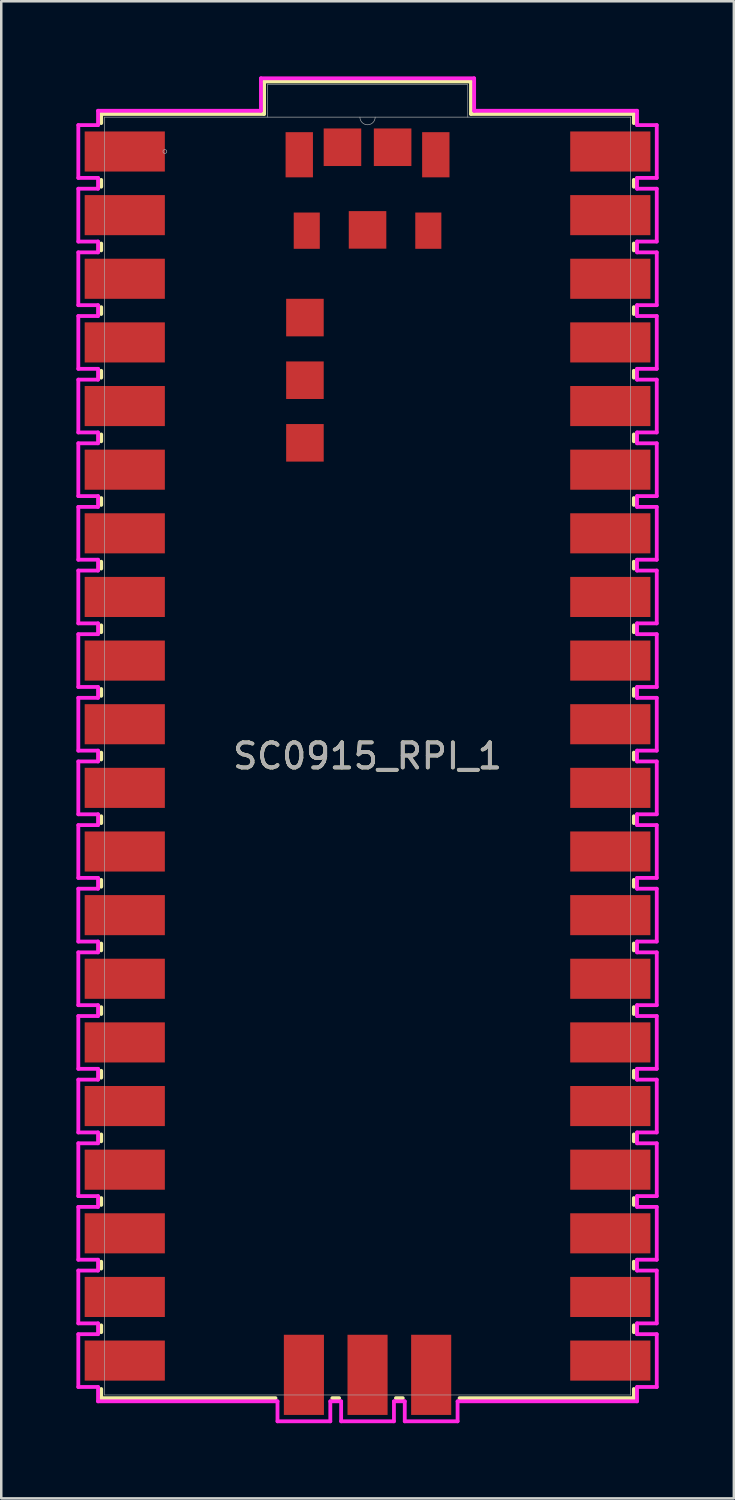
<source format=kicad_pcb>
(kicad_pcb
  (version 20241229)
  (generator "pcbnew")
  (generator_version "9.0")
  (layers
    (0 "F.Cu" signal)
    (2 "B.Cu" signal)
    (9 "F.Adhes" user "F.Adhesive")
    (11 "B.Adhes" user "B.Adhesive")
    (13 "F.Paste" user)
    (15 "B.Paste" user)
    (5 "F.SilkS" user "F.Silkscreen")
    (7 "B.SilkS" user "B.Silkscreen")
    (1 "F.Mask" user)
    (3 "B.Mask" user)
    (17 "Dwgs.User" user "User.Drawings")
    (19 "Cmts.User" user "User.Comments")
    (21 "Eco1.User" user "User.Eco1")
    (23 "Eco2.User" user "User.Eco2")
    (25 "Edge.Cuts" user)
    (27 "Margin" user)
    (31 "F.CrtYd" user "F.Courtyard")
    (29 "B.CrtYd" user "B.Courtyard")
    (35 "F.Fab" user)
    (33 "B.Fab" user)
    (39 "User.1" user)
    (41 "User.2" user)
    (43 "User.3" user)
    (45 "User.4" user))
  (footprint "SC0915_RPI_1"
    (layer "F.Cu")
    (at 11.62 27.127)
    (property "Reference" "SC0915_RPI_1" (at 0 0 0) (unlocked yes) (layer "F.SilkS") (effects (font (size 1 1) (thickness 0.15))))
    (attr smd)
    (fp_line (start -10.63 -25.629) (end -4.128 -25.629) (stroke (width 0.152) (type solid)) (layer "F.SilkS"))
    (fp_line (start -10.63 -25.263) (end -10.63 -25.629) (stroke (width 0.152) (type solid)) (layer "F.SilkS"))
    (fp_line (start -10.63 -22.723) (end -10.63 -22.997) (stroke (width 0.152) (type solid)) (layer "F.SilkS"))
    (fp_line (start -10.63 -20.183) (end -10.63 -20.457) (stroke (width 0.152) (type solid)) (layer "F.SilkS"))
    (fp_line (start -10.63 -17.643) (end -10.63 -17.917) (stroke (width 0.152) (type solid)) (layer "F.SilkS"))
    (fp_line (start -10.63 -15.103) (end -10.63 -15.377) (stroke (width 0.152) (type solid)) (layer "F.SilkS"))
    (fp_line (start -10.63 -12.563) (end -10.63 -12.837) (stroke (width 0.152) (type solid)) (layer "F.SilkS"))
    (fp_line (start -10.63 -10.023) (end -10.63 -10.297) (stroke (width 0.152) (type solid)) (layer "F.SilkS"))
    (fp_line (start -10.63 -7.483) (end -10.63 -7.757) (stroke (width 0.152) (type solid)) (layer "F.SilkS"))
    (fp_line (start -10.63 -4.943) (end -10.63 -5.217) (stroke (width 0.152) (type solid)) (layer "F.SilkS"))
    (fp_line (start -10.63 -2.403) (end -10.63 -2.677) (stroke (width 0.152) (type solid)) (layer "F.SilkS"))
    (fp_line (start -10.63 0.137) (end -10.63 -0.137) (stroke (width 0.152) (type solid)) (layer "F.SilkS"))
    (fp_line (start -10.63 2.677) (end -10.63 2.403) (stroke (width 0.152) (type solid)) (layer "F.SilkS"))
    (fp_line (start -10.63 5.217) (end -10.63 4.943) (stroke (width 0.152) (type solid)) (layer "F.SilkS"))
    (fp_line (start -10.63 7.757) (end -10.63 7.483) (stroke (width 0.152) (type solid)) (layer "F.SilkS"))
    (fp_line (start -10.63 10.297) (end -10.63 10.023) (stroke (width 0.152) (type solid)) (layer "F.SilkS"))
    (fp_line (start -10.63 12.837) (end -10.63 12.563) (stroke (width 0.152) (type solid)) (layer "F.SilkS"))
    (fp_line (start -10.63 15.377) (end -10.63 15.103) (stroke (width 0.152) (type solid)) (layer "F.SilkS"))
    (fp_line (start -10.63 17.917) (end -10.63 17.643) (stroke (width 0.152) (type solid)) (layer "F.SilkS"))
    (fp_line (start -10.63 20.457) (end -10.63 20.183) (stroke (width 0.152) (type solid)) (layer "F.SilkS"))
    (fp_line (start -10.63 22.997) (end -10.63 22.723) (stroke (width 0.152) (type solid)) (layer "F.SilkS"))
    (fp_line (start -10.63 25.629) (end -10.63 25.263) (stroke (width 0.152) (type solid)) (layer "F.SilkS"))
    (fp_line (start -4.128 -26.924) (end 4.128 -26.924) (stroke (width 0.152) (type solid)) (layer "F.SilkS"))
    (fp_line (start -4.128 -25.629) (end -4.128 -26.924) (stroke (width 0.152) (type solid)) (layer "F.SilkS"))
    (fp_line (start -3.673 25.629) (end -10.63 25.629) (stroke (width 0.152) (type solid)) (layer "F.SilkS"))
    (fp_line (start -1.133 25.629) (end -1.407 25.629) (stroke (width 0.152) (type solid)) (layer "F.SilkS"))
    (fp_line (start 1.407 25.629) (end 1.133 25.629) (stroke (width 0.152) (type solid)) (layer "F.SilkS"))
    (fp_line (start 4.128 -26.924) (end 4.128 -25.629) (stroke (width 0.152) (type solid)) (layer "F.SilkS"))
    (fp_line (start 4.128 -25.629) (end 10.63 -25.629) (stroke (width 0.152) (type solid)) (layer "F.SilkS"))
    (fp_line (start 10.63 -25.629) (end 10.63 -25.263) (stroke (width 0.152) (type solid)) (layer "F.SilkS"))
    (fp_line (start 10.63 -22.997) (end 10.63 -22.723) (stroke (width 0.152) (type solid)) (layer "F.SilkS"))
    (fp_line (start 10.63 -20.457) (end 10.63 -20.183) (stroke (width 0.152) (type solid)) (layer "F.SilkS"))
    (fp_line (start 10.63 -17.917) (end 10.63 -17.643) (stroke (width 0.152) (type solid)) (layer "F.SilkS"))
    (fp_line (start 10.63 -15.377) (end 10.63 -15.103) (stroke (width 0.152) (type solid)) (layer "F.SilkS"))
    (fp_line (start 10.63 -12.837) (end 10.63 -12.563) (stroke (width 0.152) (type solid)) (layer "F.SilkS"))
    (fp_line (start 10.63 -10.297) (end 10.63 -10.023) (stroke (width 0.152) (type solid)) (layer "F.SilkS"))
    (fp_line (start 10.63 -7.757) (end 10.63 -7.483) (stroke (width 0.152) (type solid)) (layer "F.SilkS"))
    (fp_line (start 10.63 -5.217) (end 10.63 -4.943) (stroke (width 0.152) (type solid)) (layer "F.SilkS"))
    (fp_line (start 10.63 -2.677) (end 10.63 -2.403) (stroke (width 0.152) (type solid)) (layer "F.SilkS"))
    (fp_line (start 10.63 -0.137) (end 10.63 0.137) (stroke (width 0.152) (type solid)) (layer "F.SilkS"))
    (fp_line (start 10.63 2.403) (end 10.63 2.677) (stroke (width 0.152) (type solid)) (layer "F.SilkS"))
    (fp_line (start 10.63 4.943) (end 10.63 5.217) (stroke (width 0.152) (type solid)) (layer "F.SilkS"))
    (fp_line (start 10.63 7.483) (end 10.63 7.757) (stroke (width 0.152) (type solid)) (layer "F.SilkS"))
    (fp_line (start 10.63 10.023) (end 10.63 10.297) (stroke (width 0.152) (type solid)) (layer "F.SilkS"))
    (fp_line (start 10.63 12.563) (end 10.63 12.837) (stroke (width 0.152) (type solid)) (layer "F.SilkS"))
    (fp_line (start 10.63 15.103) (end 10.63 15.377) (stroke (width 0.152) (type solid)) (layer "F.SilkS"))
    (fp_line (start 10.63 17.643) (end 10.63 17.917) (stroke (width 0.152) (type solid)) (layer "F.SilkS"))
    (fp_line (start 10.63 20.183) (end 10.63 20.457) (stroke (width 0.152) (type solid)) (layer "F.SilkS"))
    (fp_line (start 10.63 22.723) (end 10.63 22.997) (stroke (width 0.152) (type solid)) (layer "F.SilkS"))
    (fp_line (start 10.63 25.263) (end 10.63 25.629) (stroke (width 0.152) (type solid)) (layer "F.SilkS"))
    (fp_line (start 10.63 25.629) (end 3.673 25.629) (stroke (width 0.152) (type solid)) (layer "F.SilkS"))
    (fp_line (start -11.544 -25.184) (end -11.544 -23.076) (stroke (width 0.152) (type solid)) (layer "F.CrtYd"))
    (fp_line (start -11.544 -23.076) (end -10.757 -23.076) (stroke (width 0.152) (type solid)) (layer "F.CrtYd"))
    (fp_line (start -11.544 -22.644) (end -11.544 -20.536) (stroke (width 0.152) (type solid)) (layer "F.CrtYd"))
    (fp_line (start -11.544 -20.536) (end -10.757 -20.536) (stroke (width 0.152) (type solid)) (layer "F.CrtYd"))
    (fp_line (start -11.544 -20.104) (end -11.544 -17.996) (stroke (width 0.152) (type solid)) (layer "F.CrtYd"))
    (fp_line (start -11.544 -17.996) (end -10.757 -17.996) (stroke (width 0.152) (type solid)) (layer "F.CrtYd"))
    (fp_line (start -11.544 -17.564) (end -11.544 -15.456) (stroke (width 0.152) (type solid)) (layer "F.CrtYd"))
    (fp_line (start -11.544 -15.456) (end -10.757 -15.456) (stroke (width 0.152) (type solid)) (layer "F.CrtYd"))
    (fp_line (start -11.544 -15.024) (end -11.544 -12.916) (stroke (width 0.152) (type solid)) (layer "F.CrtYd"))
    (fp_line (start -11.544 -12.916) (end -10.757 -12.916) (stroke (width 0.152) (type solid)) (layer "F.CrtYd"))
    (fp_line (start -11.544 -12.484) (end -11.544 -10.376) (stroke (width 0.152) (type solid)) (layer "F.CrtYd"))
    (fp_line (start -11.544 -10.376) (end -10.757 -10.376) (stroke (width 0.152) (type solid)) (layer "F.CrtYd"))
    (fp_line (start -11.544 -9.944) (end -11.544 -7.836) (stroke (width 0.152) (type solid)) (layer "F.CrtYd"))
    (fp_line (start -11.544 -7.836) (end -10.757 -7.836) (stroke (width 0.152) (type solid)) (layer "F.CrtYd"))
    (fp_line (start -11.544 -7.404) (end -11.544 -5.296) (stroke (width 0.152) (type solid)) (layer "F.CrtYd"))
    (fp_line (start -11.544 -5.296) (end -10.757 -5.296) (stroke (width 0.152) (type solid)) (layer "F.CrtYd"))
    (fp_line (start -11.544 -4.864) (end -11.544 -2.756) (stroke (width 0.152) (type solid)) (layer "F.CrtYd"))
    (fp_line (start -11.544 -2.756) (end -10.757 -2.756) (stroke (width 0.152) (type solid)) (layer "F.CrtYd"))
    (fp_line (start -11.544 -2.324) (end -11.544 -0.216) (stroke (width 0.152) (type solid)) (layer "F.CrtYd"))
    (fp_line (start -11.544 -0.216) (end -10.757 -0.216) (stroke (width 0.152) (type solid)) (layer "F.CrtYd"))
    (fp_line (start -11.544 0.216) (end -11.544 2.324) (stroke (width 0.152) (type solid)) (layer "F.CrtYd"))
    (fp_line (start -11.544 2.324) (end -10.757 2.324) (stroke (width 0.152) (type solid)) (layer "F.CrtYd"))
    (fp_line (start -11.544 2.756) (end -11.544 4.864) (stroke (width 0.152) (type solid)) (layer "F.CrtYd"))
    (fp_line (start -11.544 4.864) (end -10.757 4.864) (stroke (width 0.152) (type solid)) (layer "F.CrtYd"))
    (fp_line (start -11.544 5.296) (end -11.544 7.404) (stroke (width 0.152) (type solid)) (layer "F.CrtYd"))
    (fp_line (start -11.544 7.404) (end -10.757 7.404) (stroke (width 0.152) (type solid)) (layer "F.CrtYd"))
    (fp_line (start -11.544 7.836) (end -11.544 9.944) (stroke (width 0.152) (type solid)) (layer "F.CrtYd"))
    (fp_line (start -11.544 9.944) (end -10.757 9.944) (stroke (width 0.152) (type solid)) (layer "F.CrtYd"))
    (fp_line (start -11.544 10.376) (end -11.544 12.484) (stroke (width 0.152) (type solid)) (layer "F.CrtYd"))
    (fp_line (start -11.544 12.484) (end -10.757 12.484) (stroke (width 0.152) (type solid)) (layer "F.CrtYd"))
    (fp_line (start -11.544 12.916) (end -11.544 15.024) (stroke (width 0.152) (type solid)) (layer "F.CrtYd"))
    (fp_line (start -11.544 15.024) (end -10.757 15.024) (stroke (width 0.152) (type solid)) (layer "F.CrtYd"))
    (fp_line (start -11.544 15.456) (end -11.544 17.564) (stroke (width 0.152) (type solid)) (layer "F.CrtYd"))
    (fp_line (start -11.544 17.564) (end -10.757 17.564) (stroke (width 0.152) (type solid)) (layer "F.CrtYd"))
    (fp_line (start -11.544 17.996) (end -11.544 20.104) (stroke (width 0.152) (type solid)) (layer "F.CrtYd"))
    (fp_line (start -11.544 20.104) (end -10.757 20.104) (stroke (width 0.152) (type solid)) (layer "F.CrtYd"))
    (fp_line (start -11.544 20.536) (end -11.544 22.644) (stroke (width 0.152) (type solid)) (layer "F.CrtYd"))
    (fp_line (start -11.544 22.644) (end -10.757 22.644) (stroke (width 0.152) (type solid)) (layer "F.CrtYd"))
    (fp_line (start -11.544 23.076) (end -11.544 25.184) (stroke (width 0.152) (type solid)) (layer "F.CrtYd"))
    (fp_line (start -11.544 25.184) (end -10.757 25.184) (stroke (width 0.152) (type solid)) (layer "F.CrtYd"))
    (fp_line (start -10.757 -25.756) (end -10.757 -25.184) (stroke (width 0.152) (type solid)) (layer "F.CrtYd"))
    (fp_line (start -10.757 -25.184) (end -11.544 -25.184) (stroke (width 0.152) (type solid)) (layer "F.CrtYd"))
    (fp_line (start -10.757 -23.076) (end -10.757 -22.644) (stroke (width 0.152) (type solid)) (layer "F.CrtYd"))
    (fp_line (start -10.757 -22.644) (end -11.544 -22.644) (stroke (width 0.152) (type solid)) (layer "F.CrtYd"))
    (fp_line (start -10.757 -20.536) (end -10.757 -20.104) (stroke (width 0.152) (type solid)) (layer "F.CrtYd"))
    (fp_line (start -10.757 -20.104) (end -11.544 -20.104) (stroke (width 0.152) (type solid)) (layer "F.CrtYd"))
    (fp_line (start -10.757 -17.996) (end -10.757 -17.564) (stroke (width 0.152) (type solid)) (layer "F.CrtYd"))
    (fp_line (start -10.757 -17.564) (end -11.544 -17.564) (stroke (width 0.152) (type solid)) (layer "F.CrtYd"))
    (fp_line (start -10.757 -15.456) (end -10.757 -15.024) (stroke (width 0.152) (type solid)) (layer "F.CrtYd"))
    (fp_line (start -10.757 -15.024) (end -11.544 -15.024) (stroke (width 0.152) (type solid)) (layer "F.CrtYd"))
    (fp_line (start -10.757 -12.916) (end -10.757 -12.484) (stroke (width 0.152) (type solid)) (layer "F.CrtYd"))
    (fp_line (start -10.757 -12.484) (end -11.544 -12.484) (stroke (width 0.152) (type solid)) (layer "F.CrtYd"))
    (fp_line (start -10.757 -10.376) (end -10.757 -9.944) (stroke (width 0.152) (type solid)) (layer "F.CrtYd"))
    (fp_line (start -10.757 -9.944) (end -11.544 -9.944) (stroke (width 0.152) (type solid)) (layer "F.CrtYd"))
    (fp_line (start -10.757 -7.836) (end -10.757 -7.404) (stroke (width 0.152) (type solid)) (layer "F.CrtYd"))
    (fp_line (start -10.757 -7.404) (end -11.544 -7.404) (stroke (width 0.152) (type solid)) (layer "F.CrtYd"))
    (fp_line (start -10.757 -5.296) (end -10.757 -4.864) (stroke (width 0.152) (type solid)) (layer "F.CrtYd"))
    (fp_line (start -10.757 -4.864) (end -11.544 -4.864) (stroke (width 0.152) (type solid)) (layer "F.CrtYd"))
    (fp_line (start -10.757 -2.756) (end -10.757 -2.324) (stroke (width 0.152) (type solid)) (layer "F.CrtYd"))
    (fp_line (start -10.757 -2.324) (end -11.544 -2.324) (stroke (width 0.152) (type solid)) (layer "F.CrtYd"))
    (fp_line (start -10.757 -0.216) (end -10.757 0.216) (stroke (width 0.152) (type solid)) (layer "F.CrtYd"))
    (fp_line (start -10.757 0.216) (end -11.544 0.216) (stroke (width 0.152) (type solid)) (layer "F.CrtYd"))
    (fp_line (start -10.757 2.324) (end -10.757 2.756) (stroke (width 0.152) (type solid)) (layer "F.CrtYd"))
    (fp_line (start -10.757 2.756) (end -11.544 2.756) (stroke (width 0.152) (type solid)) (layer "F.CrtYd"))
    (fp_line (start -10.757 4.864) (end -10.757 5.296) (stroke (width 0.152) (type solid)) (layer "F.CrtYd"))
    (fp_line (start -10.757 5.296) (end -11.544 5.296) (stroke (width 0.152) (type solid)) (layer "F.CrtYd"))
    (fp_line (start -10.757 7.404) (end -10.757 7.836) (stroke (width 0.152) (type solid)) (layer "F.CrtYd"))
    (fp_line (start -10.757 7.836) (end -11.544 7.836) (stroke (width 0.152) (type solid)) (layer "F.CrtYd"))
    (fp_line (start -10.757 9.944) (end -10.757 10.376) (stroke (width 0.152) (type solid)) (layer "F.CrtYd"))
    (fp_line (start -10.757 10.376) (end -11.544 10.376) (stroke (width 0.152) (type solid)) (layer "F.CrtYd"))
    (fp_line (start -10.757 12.484) (end -10.757 12.916) (stroke (width 0.152) (type solid)) (layer "F.CrtYd"))
    (fp_line (start -10.757 12.916) (end -11.544 12.916) (stroke (width 0.152) (type solid)) (layer "F.CrtYd"))
    (fp_line (start -10.757 15.024) (end -10.757 15.456) (stroke (width 0.152) (type solid)) (layer "F.CrtYd"))
    (fp_line (start -10.757 15.456) (end -11.544 15.456) (stroke (width 0.152) (type solid)) (layer "F.CrtYd"))
    (fp_line (start -10.757 17.564) (end -10.757 17.996) (stroke (width 0.152) (type solid)) (layer "F.CrtYd"))
    (fp_line (start -10.757 17.996) (end -11.544 17.996) (stroke (width 0.152) (type solid)) (layer "F.CrtYd"))
    (fp_line (start -10.757 20.104) (end -10.757 20.536) (stroke (width 0.152) (type solid)) (layer "F.CrtYd"))
    (fp_line (start -10.757 20.536) (end -11.544 20.536) (stroke (width 0.152) (type solid)) (layer "F.CrtYd"))
    (fp_line (start -10.757 22.644) (end -10.757 23.076) (stroke (width 0.152) (type solid)) (layer "F.CrtYd"))
    (fp_line (start -10.757 23.076) (end -11.544 23.076) (stroke (width 0.152) (type solid)) (layer "F.CrtYd"))
    (fp_line (start -10.757 25.184) (end -10.757 25.756) (stroke (width 0.152) (type solid)) (layer "F.CrtYd"))
    (fp_line (start -10.757 25.756) (end -3.594 25.756) (stroke (width 0.152) (type solid)) (layer "F.CrtYd"))
    (fp_line (start -4.255 -27.051) (end -4.255 -25.756) (stroke (width 0.152) (type solid)) (layer "F.CrtYd"))
    (fp_line (start -4.255 -25.756) (end -10.757 -25.756) (stroke (width 0.152) (type solid)) (layer "F.CrtYd"))
    (fp_line (start -3.594 25.756) (end -3.594 26.553) (stroke (width 0.152) (type solid)) (layer "F.CrtYd"))
    (fp_line (start -3.594 26.553) (end -1.486 26.553) (stroke (width 0.152) (type solid)) (layer "F.CrtYd"))
    (fp_line (start -1.486 25.756) (end -1.054 25.756) (stroke (width 0.152) (type solid)) (layer "F.CrtYd"))
    (fp_line (start -1.486 26.553) (end -1.486 25.756) (stroke (width 0.152) (type solid)) (layer "F.CrtYd"))
    (fp_line (start -1.054 25.756) (end -1.054 26.553) (stroke (width 0.152) (type solid)) (layer "F.CrtYd"))
    (fp_line (start -1.054 26.553) (end 1.054 26.553) (stroke (width 0.152) (type solid)) (layer "F.CrtYd"))
    (fp_line (start 1.054 25.756) (end 1.486 25.756) (stroke (width 0.152) (type solid)) (layer "F.CrtYd"))
    (fp_line (start 1.054 26.553) (end 1.054 25.756) (stroke (width 0.152) (type solid)) (layer "F.CrtYd"))
    (fp_line (start 1.486 25.756) (end 1.486 26.553) (stroke (width 0.152) (type solid)) (layer "F.CrtYd"))
    (fp_line (start 1.486 26.553) (end 3.594 26.553) (stroke (width 0.152) (type solid)) (layer "F.CrtYd"))
    (fp_line (start 3.594 25.756) (end 10.757 25.756) (stroke (width 0.152) (type solid)) (layer "F.CrtYd"))
    (fp_line (start 3.594 26.553) (end 3.594 25.756) (stroke (width 0.152) (type solid)) (layer "F.CrtYd"))
    (fp_line (start 4.255 -27.051) (end -4.255 -27.051) (stroke (width 0.152) (type solid)) (layer "F.CrtYd"))
    (fp_line (start 4.255 -25.756) (end 4.255 -27.051) (stroke (width 0.152) (type solid)) (layer "F.CrtYd"))
    (fp_line (start 10.757 -25.756) (end 4.255 -25.756) (stroke (width 0.152) (type solid)) (layer "F.CrtYd"))
    (fp_line (start 10.757 -25.184) (end 10.757 -25.756) (stroke (width 0.152) (type solid)) (layer "F.CrtYd"))
    (fp_line (start 10.757 -23.076) (end 11.544 -23.076) (stroke (width 0.152) (type solid)) (layer "F.CrtYd"))
    (fp_line (start 10.757 -22.644) (end 10.757 -23.076) (stroke (width 0.152) (type solid)) (layer "F.CrtYd"))
    (fp_line (start 10.757 -20.536) (end 11.544 -20.536) (stroke (width 0.152) (type solid)) (layer "F.CrtYd"))
    (fp_line (start 10.757 -20.104) (end 10.757 -20.536) (stroke (width 0.152) (type solid)) (layer "F.CrtYd"))
    (fp_line (start 10.757 -17.996) (end 11.544 -17.996) (stroke (width 0.152) (type solid)) (layer "F.CrtYd"))
    (fp_line (start 10.757 -17.564) (end 10.757 -17.996) (stroke (width 0.152) (type solid)) (layer "F.CrtYd"))
    (fp_line (start 10.757 -15.456) (end 11.544 -15.456) (stroke (width 0.152) (type solid)) (layer "F.CrtYd"))
    (fp_line (start 10.757 -15.024) (end 10.757 -15.456) (stroke (width 0.152) (type solid)) (layer "F.CrtYd"))
    (fp_line (start 10.757 -12.916) (end 11.544 -12.916) (stroke (width 0.152) (type solid)) (layer "F.CrtYd"))
    (fp_line (start 10.757 -12.484) (end 10.757 -12.916) (stroke (width 0.152) (type solid)) (layer "F.CrtYd"))
    (fp_line (start 10.757 -10.376) (end 11.544 -10.376) (stroke (width 0.152) (type solid)) (layer "F.CrtYd"))
    (fp_line (start 10.757 -9.944) (end 10.757 -10.376) (stroke (width 0.152) (type solid)) (layer "F.CrtYd"))
    (fp_line (start 10.757 -7.836) (end 11.544 -7.836) (stroke (width 0.152) (type solid)) (layer "F.CrtYd"))
    (fp_line (start 10.757 -7.404) (end 10.757 -7.836) (stroke (width 0.152) (type solid)) (layer "F.CrtYd"))
    (fp_line (start 10.757 -5.296) (end 11.544 -5.296) (stroke (width 0.152) (type solid)) (layer "F.CrtYd"))
    (fp_line (start 10.757 -4.864) (end 10.757 -5.296) (stroke (width 0.152) (type solid)) (layer "F.CrtYd"))
    (fp_line (start 10.757 -2.756) (end 11.544 -2.756) (stroke (width 0.152) (type solid)) (layer "F.CrtYd"))
    (fp_line (start 10.757 -2.324) (end 10.757 -2.756) (stroke (width 0.152) (type solid)) (layer "F.CrtYd"))
    (fp_line (start 10.757 -0.216) (end 11.544 -0.216) (stroke (width 0.152) (type solid)) (layer "F.CrtYd"))
    (fp_line (start 10.757 0.216) (end 10.757 -0.216) (stroke (width 0.152) (type solid)) (layer "F.CrtYd"))
    (fp_line (start 10.757 2.324) (end 11.544 2.324) (stroke (width 0.152) (type solid)) (layer "F.CrtYd"))
    (fp_line (start 10.757 2.756) (end 10.757 2.324) (stroke (width 0.152) (type solid)) (layer "F.CrtYd"))
    (fp_line (start 10.757 4.864) (end 11.544 4.864) (stroke (width 0.152) (type solid)) (layer "F.CrtYd"))
    (fp_line (start 10.757 5.296) (end 10.757 4.864) (stroke (width 0.152) (type solid)) (layer "F.CrtYd"))
    (fp_line (start 10.757 7.404) (end 11.544 7.404) (stroke (width 0.152) (type solid)) (layer "F.CrtYd"))
    (fp_line (start 10.757 7.836) (end 10.757 7.404) (stroke (width 0.152) (type solid)) (layer "F.CrtYd"))
    (fp_line (start 10.757 9.944) (end 11.544 9.944) (stroke (width 0.152) (type solid)) (layer "F.CrtYd"))
    (fp_line (start 10.757 10.376) (end 10.757 9.944) (stroke (width 0.152) (type solid)) (layer "F.CrtYd"))
    (fp_line (start 10.757 12.484) (end 11.544 12.484) (stroke (width 0.152) (type solid)) (layer "F.CrtYd"))
    (fp_line (start 10.757 12.916) (end 10.757 12.484) (stroke (width 0.152) (type solid)) (layer "F.CrtYd"))
    (fp_line (start 10.757 15.024) (end 11.544 15.024) (stroke (width 0.152) (type solid)) (layer "F.CrtYd"))
    (fp_line (start 10.757 15.456) (end 10.757 15.024) (stroke (width 0.152) (type solid)) (layer "F.CrtYd"))
    (fp_line (start 10.757 17.564) (end 11.544 17.564) (stroke (width 0.152) (type solid)) (layer "F.CrtYd"))
    (fp_line (start 10.757 17.996) (end 10.757 17.564) (stroke (width 0.152) (type solid)) (layer "F.CrtYd"))
    (fp_line (start 10.757 20.104) (end 11.544 20.104) (stroke (width 0.152) (type solid)) (layer "F.CrtYd"))
    (fp_line (start 10.757 20.536) (end 10.757 20.104) (stroke (width 0.152) (type solid)) (layer "F.CrtYd"))
    (fp_line (start 10.757 22.644) (end 11.544 22.644) (stroke (width 0.152) (type solid)) (layer "F.CrtYd"))
    (fp_line (start 10.757 23.076) (end 10.757 22.644) (stroke (width 0.152) (type solid)) (layer "F.CrtYd"))
    (fp_line (start 10.757 25.184) (end 11.544 25.184) (stroke (width 0.152) (type solid)) (layer "F.CrtYd"))
    (fp_line (start 10.757 25.756) (end 10.757 25.184) (stroke (width 0.152) (type solid)) (layer "F.CrtYd"))
    (fp_line (start 11.544 -25.184) (end 10.757 -25.184) (stroke (width 0.152) (type solid)) (layer "F.CrtYd"))
    (fp_line (start 11.544 -23.076) (end 11.544 -25.184) (stroke (width 0.152) (type solid)) (layer "F.CrtYd"))
    (fp_line (start 11.544 -22.644) (end 10.757 -22.644) (stroke (width 0.152) (type solid)) (layer "F.CrtYd"))
    (fp_line (start 11.544 -20.536) (end 11.544 -22.644) (stroke (width 0.152) (type solid)) (layer "F.CrtYd"))
    (fp_line (start 11.544 -20.104) (end 10.757 -20.104) (stroke (width 0.152) (type solid)) (layer "F.CrtYd"))
    (fp_line (start 11.544 -17.996) (end 11.544 -20.104) (stroke (width 0.152) (type solid)) (layer "F.CrtYd"))
    (fp_line (start 11.544 -17.564) (end 10.757 -17.564) (stroke (width 0.152) (type solid)) (layer "F.CrtYd"))
    (fp_line (start 11.544 -15.456) (end 11.544 -17.564) (stroke (width 0.152) (type solid)) (layer "F.CrtYd"))
    (fp_line (start 11.544 -15.024) (end 10.757 -15.024) (stroke (width 0.152) (type solid)) (layer "F.CrtYd"))
    (fp_line (start 11.544 -12.916) (end 11.544 -15.024) (stroke (width 0.152) (type solid)) (layer "F.CrtYd"))
    (fp_line (start 11.544 -12.484) (end 10.757 -12.484) (stroke (width 0.152) (type solid)) (layer "F.CrtYd"))
    (fp_line (start 11.544 -10.376) (end 11.544 -12.484) (stroke (width 0.152) (type solid)) (layer "F.CrtYd"))
    (fp_line (start 11.544 -9.944) (end 10.757 -9.944) (stroke (width 0.152) (type solid)) (layer "F.CrtYd"))
    (fp_line (start 11.544 -7.836) (end 11.544 -9.944) (stroke (width 0.152) (type solid)) (layer "F.CrtYd"))
    (fp_line (start 11.544 -7.404) (end 10.757 -7.404) (stroke (width 0.152) (type solid)) (layer "F.CrtYd"))
    (fp_line (start 11.544 -5.296) (end 11.544 -7.404) (stroke (width 0.152) (type solid)) (layer "F.CrtYd"))
    (fp_line (start 11.544 -4.864) (end 10.757 -4.864) (stroke (width 0.152) (type solid)) (layer "F.CrtYd"))
    (fp_line (start 11.544 -2.756) (end 11.544 -4.864) (stroke (width 0.152) (type solid)) (layer "F.CrtYd"))
    (fp_line (start 11.544 -2.324) (end 10.757 -2.324) (stroke (width 0.152) (type solid)) (layer "F.CrtYd"))
    (fp_line (start 11.544 -0.216) (end 11.544 -2.324) (stroke (width 0.152) (type solid)) (layer "F.CrtYd"))
    (fp_line (start 11.544 0.216) (end 10.757 0.216) (stroke (width 0.152) (type solid)) (layer "F.CrtYd"))
    (fp_line (start 11.544 2.324) (end 11.544 0.216) (stroke (width 0.152) (type solid)) (layer "F.CrtYd"))
    (fp_line (start 11.544 2.756) (end 10.757 2.756) (stroke (width 0.152) (type solid)) (layer "F.CrtYd"))
    (fp_line (start 11.544 4.864) (end 11.544 2.756) (stroke (width 0.152) (type solid)) (layer "F.CrtYd"))
    (fp_line (start 11.544 5.296) (end 10.757 5.296) (stroke (width 0.152) (type solid)) (layer "F.CrtYd"))
    (fp_line (start 11.544 7.404) (end 11.544 5.296) (stroke (width 0.152) (type solid)) (layer "F.CrtYd"))
    (fp_line (start 11.544 7.836) (end 10.757 7.836) (stroke (width 0.152) (type solid)) (layer "F.CrtYd"))
    (fp_line (start 11.544 9.944) (end 11.544 7.836) (stroke (width 0.152) (type solid)) (layer "F.CrtYd"))
    (fp_line (start 11.544 10.376) (end 10.757 10.376) (stroke (width 0.152) (type solid)) (layer "F.CrtYd"))
    (fp_line (start 11.544 12.484) (end 11.544 10.376) (stroke (width 0.152) (type solid)) (layer "F.CrtYd"))
    (fp_line (start 11.544 12.916) (end 10.757 12.916) (stroke (width 0.152) (type solid)) (layer "F.CrtYd"))
    (fp_line (start 11.544 15.024) (end 11.544 12.916) (stroke (width 0.152) (type solid)) (layer "F.CrtYd"))
    (fp_line (start 11.544 15.456) (end 10.757 15.456) (stroke (width 0.152) (type solid)) (layer "F.CrtYd"))
    (fp_line (start 11.544 17.564) (end 11.544 15.456) (stroke (width 0.152) (type solid)) (layer "F.CrtYd"))
    (fp_line (start 11.544 17.996) (end 10.757 17.996) (stroke (width 0.152) (type solid)) (layer "F.CrtYd"))
    (fp_line (start 11.544 20.104) (end 11.544 17.996) (stroke (width 0.152) (type solid)) (layer "F.CrtYd"))
    (fp_line (start 11.544 20.536) (end 10.757 20.536) (stroke (width 0.152) (type solid)) (layer "F.CrtYd"))
    (fp_line (start 11.544 22.644) (end 11.544 20.536) (stroke (width 0.152) (type solid)) (layer "F.CrtYd"))
    (fp_line (start 11.544 23.076) (end 10.757 23.076) (stroke (width 0.152) (type solid)) (layer "F.CrtYd"))
    (fp_line (start 11.544 25.184) (end 11.544 23.076) (stroke (width 0.152) (type solid)) (layer "F.CrtYd"))
    (fp_line (start -10.503 -25.502) (end -10.503 25.502) (stroke (width 0.025) (type solid)) (layer "F.Fab"))
    (fp_line (start -10.503 25.502) (end 10.503 25.502) (stroke (width 0.025) (type solid)) (layer "F.Fab"))
    (fp_line (start -4 -26.797) (end -4 -25.502) (stroke (width 0.025) (type solid)) (layer "F.Fab"))
    (fp_line (start -4 -26.797) (end 4 -26.797) (stroke (width 0.025) (type solid)) (layer "F.Fab"))
    (fp_line (start 4 -26.797) (end 4 -25.502) (stroke (width 0.025) (type solid)) (layer "F.Fab"))
    (fp_line (start 10.503 -25.502) (end -10.503 -25.502) (stroke (width 0.025) (type solid)) (layer "F.Fab"))
    (fp_line (start 10.503 25.502) (end 10.503 -25.502) (stroke (width 0.025) (type solid)) (layer "F.Fab"))
    (fp_arc (start 0.3048 -25.5016) (mid 0 -25.1968) (end -0.3048 -25.5016) (stroke (width 0.0254) (type solid)) (layer "F.Fab"))
    (fp_circle (center -8.09 -24.13) (end -8.014 -24.13) (stroke (width 0.025) (type solid)) (fill no) (layer "F.Fab"))
    (fp_text user "${REFERENCE}" (at 0 0 0) (unlocked yes) (layer "F.Fab") (effects (font (size 1 1) (thickness 0.15))))
    (pad "1" smd rect (at -9.69 -24.13) (size 3.2 1.6) (layers "F.Cu" "F.Mask" "F.Paste"))
    (pad "2" smd rect (at -9.69 -21.59) (size 3.2 1.6) (layers "F.Cu" "F.Mask" "F.Paste"))
    (pad "3" smd rect (at -9.69 -19.05) (size 3.2 1.6) (layers "F.Cu" "F.Mask" "F.Paste"))
    (pad "4" smd rect (at -9.69 -16.51) (size 3.2 1.6) (layers "F.Cu" "F.Mask" "F.Paste"))
    (pad "5" smd rect (at -9.69 -13.97) (size 3.2 1.6) (layers "F.Cu" "F.Mask" "F.Paste"))
    (pad "6" smd rect (at -9.69 -11.43) (size 3.2 1.6) (layers "F.Cu" "F.Mask" "F.Paste"))
    (pad "7" smd rect (at -9.69 -8.89) (size 3.2 1.6) (layers "F.Cu" "F.Mask" "F.Paste"))
    (pad "8" smd rect (at -9.69 -6.35) (size 3.2 1.6) (layers "F.Cu" "F.Mask" "F.Paste"))
    (pad "9" smd rect (at -9.69 -3.81) (size 3.2 1.6) (layers "F.Cu" "F.Mask" "F.Paste"))
    (pad "10" smd rect (at -9.69 -1.27) (size 3.2 1.6) (layers "F.Cu" "F.Mask" "F.Paste"))
    (pad "11" smd rect (at -9.69 1.27) (size 3.2 1.6) (layers "F.Cu" "F.Mask" "F.Paste"))
    (pad "12" smd rect (at -9.69 3.81) (size 3.2 1.6) (layers "F.Cu" "F.Mask" "F.Paste"))
    (pad "13" smd rect (at -9.69 6.35) (size 3.2 1.6) (layers "F.Cu" "F.Mask" "F.Paste"))
    (pad "14" smd rect (at -9.69 8.89) (size 3.2 1.6) (layers "F.Cu" "F.Mask" "F.Paste"))
    (pad "15" smd rect (at -9.69 11.43) (size 3.2 1.6) (layers "F.Cu" "F.Mask" "F.Paste"))
    (pad "16" smd rect (at -9.69 13.97) (size 3.2 1.6) (layers "F.Cu" "F.Mask" "F.Paste"))
    (pad "17" smd rect (at -9.69 16.51) (size 3.2 1.6) (layers "F.Cu" "F.Mask" "F.Paste"))
    (pad "18" smd rect (at -9.69 19.05) (size 3.2 1.6) (layers "F.Cu" "F.Mask" "F.Paste"))
    (pad "19" smd rect (at -9.69 21.59) (size 3.2 1.6) (layers "F.Cu" "F.Mask" "F.Paste"))
    (pad "20" smd rect (at -9.69 24.13) (size 3.2 1.6) (layers "F.Cu" "F.Mask" "F.Paste"))
    (pad "21" smd rect (at 9.69 24.13) (size 3.2 1.6) (layers "F.Cu" "F.Mask" "F.Paste"))
    (pad "22" smd rect (at 9.69 21.59) (size 3.2 1.6) (layers "F.Cu" "F.Mask" "F.Paste"))
    (pad "23" smd rect (at 9.69 19.05) (size 3.2 1.6) (layers "F.Cu" "F.Mask" "F.Paste"))
    (pad "24" smd rect (at 9.69 16.51) (size 3.2 1.6) (layers "F.Cu" "F.Mask" "F.Paste"))
    (pad "25" smd rect (at 9.69 13.97) (size 3.2 1.6) (layers "F.Cu" "F.Mask" "F.Paste"))
    (pad "26" smd rect (at 9.69 11.43) (size 3.2 1.6) (layers "F.Cu" "F.Mask" "F.Paste"))
    (pad "27" smd rect (at 9.69 8.89) (size 3.2 1.6) (layers "F.Cu" "F.Mask" "F.Paste"))
    (pad "28" smd rect (at 9.69 6.35) (size 3.2 1.6) (layers "F.Cu" "F.Mask" "F.Paste"))
    (pad "29" smd rect (at 9.69 3.81) (size 3.2 1.6) (layers "F.Cu" "F.Mask" "F.Paste"))
    (pad "30" smd rect (at 9.69 1.27) (size 3.2 1.6) (layers "F.Cu" "F.Mask" "F.Paste"))
    (pad "31" smd rect (at 9.69 -1.27) (size 3.2 1.6) (layers "F.Cu" "F.Mask" "F.Paste"))
    (pad "32" smd rect (at 9.69 -3.81) (size 3.2 1.6) (layers "F.Cu" "F.Mask" "F.Paste"))
    (pad "33" smd rect (at 9.69 -6.35) (size 3.2 1.6) (layers "F.Cu" "F.Mask" "F.Paste"))
    (pad "34" smd rect (at 9.69 -8.89) (size 3.2 1.6) (layers "F.Cu" "F.Mask" "F.Paste"))
    (pad "35" smd rect (at 9.69 -11.43) (size 3.2 1.6) (layers "F.Cu" "F.Mask" "F.Paste"))
    (pad "36" smd rect (at 9.69 -13.97) (size 3.2 1.6) (layers "F.Cu" "F.Mask" "F.Paste"))
    (pad "37" smd rect (at 9.69 -16.51) (size 3.2 1.6) (layers "F.Cu" "F.Mask" "F.Paste"))
    (pad "38" smd rect (at 9.69 -19.05) (size 3.2 1.6) (layers "F.Cu" "F.Mask" "F.Paste"))
    (pad "39" smd rect (at 9.69 -21.59) (size 3.2 1.6) (layers "F.Cu" "F.Mask" "F.Paste"))
    (pad "40" smd rect (at 9.69 -24.13) (size 3.2 1.6) (layers "F.Cu" "F.Mask" "F.Paste"))
    (pad "A" smd rect (at -2.725 -24) (size 1.092 1.803) (layers "F.Cu" "F.Mask" "F.Paste"))
    (pad "B" smd rect (at 2.725 -24) (size 1.092 1.803) (layers "F.Cu" "F.Mask" "F.Paste"))
    (pad "C" smd rect (at -2.426 -20.97) (size 1.041 1.448) (layers "F.Cu" "F.Mask" "F.Paste"))
    (pad "D" smd rect (at 2.426 -20.97) (size 1.041 1.448) (layers "F.Cu" "F.Mask" "F.Paste"))
    (pad "D1" smd rect (at -2.54 24.699 90) (size 3.2 1.6) (layers "F.Cu" "F.Mask" "F.Paste"))
    (pad "D2" smd rect (at 0 24.699 90) (size 3.2 1.6) (layers "F.Cu" "F.Mask" "F.Paste"))
    (pad "D3" smd rect (at 2.54 24.699 90) (size 3.2 1.6) (layers "F.Cu" "F.Mask" "F.Paste"))
    (pad "TP1" smd rect (at 0 -21.001) (size 1.499 1.499) (layers "F.Cu" "F.Mask" "F.Paste"))
    (pad "TP2" smd rect (at 1.001 -24.3) (size 1.499 1.499) (layers "F.Cu" "F.Mask" "F.Paste"))
    (pad "TP3" smd rect (at -1.001 -24.3) (size 1.499 1.499) (layers "F.Cu" "F.Mask" "F.Paste"))
    (pad "TP4" smd rect (at -2.499 -17.501) (size 1.499 1.499) (layers "F.Cu" "F.Mask" "F.Paste"))
    (pad "TP5" smd rect (at -2.499 -15.001) (size 1.499 1.499) (layers "F.Cu" "F.Mask" "F.Paste"))
    (pad "TP6" smd rect (at -2.499 -12.502) (size 1.499 1.499) (layers "F.Cu" "F.Mask" "F.Paste")))
  (gr_rect
    (start -3 -3)
    (end 26.241 56.757)
    (stroke (width 0.1) (type default))
    (fill no)
    (layer "Edge.Cuts")))
</source>
